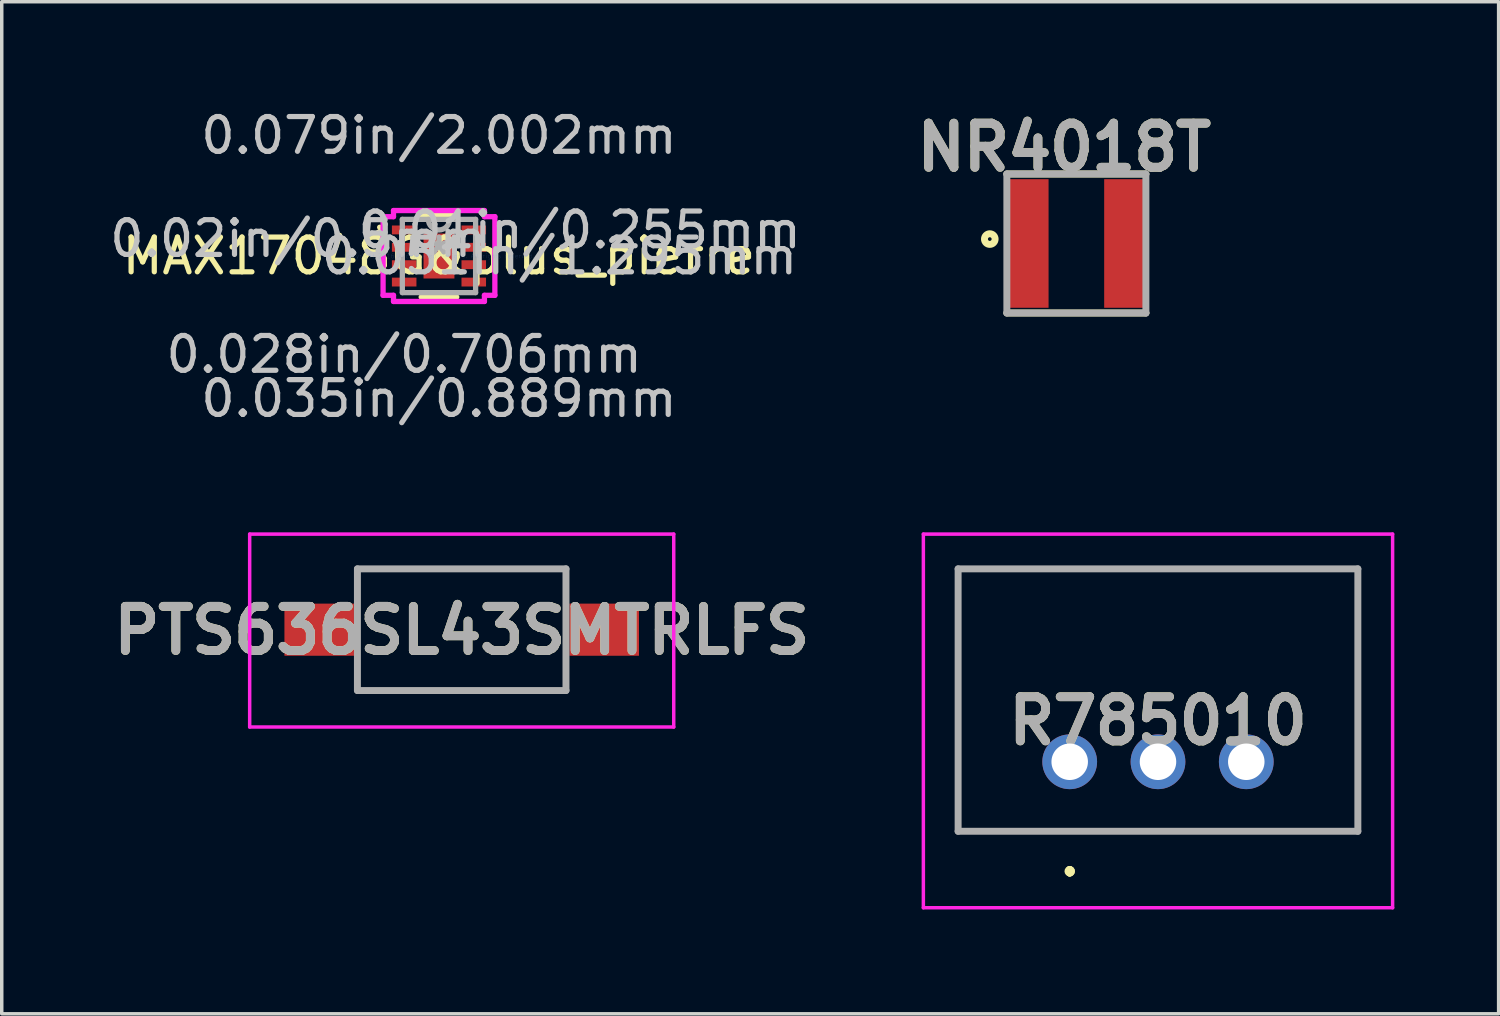
<source format=kicad_pcb>
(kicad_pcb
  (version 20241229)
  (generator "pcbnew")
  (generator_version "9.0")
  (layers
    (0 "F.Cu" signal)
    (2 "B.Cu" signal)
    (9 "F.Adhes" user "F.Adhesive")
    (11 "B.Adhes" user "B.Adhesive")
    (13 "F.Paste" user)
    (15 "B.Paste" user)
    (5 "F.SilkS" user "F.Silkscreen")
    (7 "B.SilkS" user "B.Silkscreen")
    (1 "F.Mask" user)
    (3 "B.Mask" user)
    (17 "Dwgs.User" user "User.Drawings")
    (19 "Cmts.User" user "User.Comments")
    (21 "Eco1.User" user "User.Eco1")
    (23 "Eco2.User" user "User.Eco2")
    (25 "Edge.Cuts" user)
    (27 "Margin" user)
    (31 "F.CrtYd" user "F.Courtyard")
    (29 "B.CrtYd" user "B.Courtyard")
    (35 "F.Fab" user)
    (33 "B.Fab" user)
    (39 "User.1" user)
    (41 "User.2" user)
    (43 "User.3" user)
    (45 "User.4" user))
  (footprint "R785010"
    (layer "F.Cu")
    (at 27.725 18.866)
    (property "Reference" "R785010" (at 2.54 -1.175 0) (layer "F.SilkS") (effects (font (size 1.27 1.27) (thickness 0.254))))
    (attr through_hole)
    (fp_line (start -3.21 -5.55) (end 8.29 -5.55) (stroke (width 0.1) (type solid)) (layer "F.SilkS"))
    (fp_line (start -3.21 2) (end -3.21 -5.55) (stroke (width 0.1) (type solid)) (layer "F.SilkS"))
    (fp_line (start 0 3.1) (end 0 3.1) (stroke (width 0.2) (type solid)) (layer "F.SilkS"))
    (fp_line (start 0 3.2) (end 0 3.2) (stroke (width 0.2) (type solid)) (layer "F.SilkS"))
    (fp_line (start 0 3.2) (end 0 3.2) (stroke (width 0.2) (type solid)) (layer "F.SilkS"))
    (fp_line (start 8.29 -5.55) (end 8.29 2) (stroke (width 0.1) (type solid)) (layer "F.SilkS"))
    (fp_line (start 8.29 2) (end -3.21 2) (stroke (width 0.1) (type solid)) (layer "F.SilkS"))
    (fp_arc (start 0 3.1) (mid 0.05 3.15) (end 0 3.2) (stroke (width 0.2) (type solid)) (layer "F.SilkS"))
    (fp_arc (start 0 3.1) (mid 0.05 3.15) (end 0 3.2) (stroke (width 0.2) (type solid)) (layer "F.SilkS"))
    (fp_arc (start 0 3.2) (mid -0.05 3.15) (end 0 3.1) (stroke (width 0.2) (type solid)) (layer "F.SilkS"))
    (fp_line (start -4.21 -6.55) (end 9.29 -6.55) (stroke (width 0.1) (type solid)) (layer "F.CrtYd"))
    (fp_line (start -4.21 4.2) (end -4.21 -6.55) (stroke (width 0.1) (type solid)) (layer "F.CrtYd"))
    (fp_line (start 9.29 -6.55) (end 9.29 4.2) (stroke (width 0.1) (type solid)) (layer "F.CrtYd"))
    (fp_line (start 9.29 4.2) (end -4.21 4.2) (stroke (width 0.1) (type solid)) (layer "F.CrtYd"))
    (fp_line (start -3.21 -5.55) (end -3.21 2) (stroke (width 0.2) (type solid)) (layer "F.Fab"))
    (fp_line (start -3.21 2) (end 8.29 2) (stroke (width 0.2) (type solid)) (layer "F.Fab"))
    (fp_line (start 8.29 -5.55) (end -3.21 -5.55) (stroke (width 0.2) (type solid)) (layer "F.Fab"))
    (fp_line (start 8.29 2) (end 8.29 -5.55) (stroke (width 0.2) (type solid)) (layer "F.Fab"))
    (fp_text user "${REFERENCE}" (at 2.54 -1.175 0) (layer "F.Fab") (effects (font (size 1.27 1.27) (thickness 0.254))))
    (pad "1" thru_hole circle (at 0 0) (size 1.575 1.575) (drill 1.05) (layers "*.Cu" "*.Mask"))
    (pad "2" thru_hole circle (at 2.54 0) (size 1.575 1.575) (drill 1.05) (layers "*.Cu" "*.Mask"))
    (pad "3" thru_hole circle (at 5.08 0) (size 1.575 1.575) (drill 1.05) (layers "*.Cu" "*.Mask")))
  (footprint "PTS636SL43SMTRLFS"
    (layer "F.Cu")
    (at 10.233 15.066)
    (property "Reference" "PTS636SL43SMTRLFS" (at 0 0.025 0) (layer "F.SilkS") (effects (font (size 1.27 1.27) (thickness 0.254))))
    (attr smd)
    (fp_line (start -3 -1.75) (end 3 -1.75) (stroke (width 0.1) (type solid)) (layer "F.SilkS"))
    (fp_line (start -3 1.8) (end 3 1.75) (stroke (width 0.1) (type solid)) (layer "F.SilkS"))
    (fp_line (start -6.1 -2.75) (end 6.1 -2.75) (stroke (width 0.1) (type solid)) (layer "F.CrtYd"))
    (fp_line (start -6.1 2.8) (end -6.1 -2.75) (stroke (width 0.1) (type solid)) (layer "F.CrtYd"))
    (fp_line (start 6.1 -2.75) (end 6.1 2.8) (stroke (width 0.1) (type solid)) (layer "F.CrtYd"))
    (fp_line (start 6.1 2.8) (end -6.1 2.8) (stroke (width 0.1) (type solid)) (layer "F.CrtYd"))
    (fp_line (start -3 -1.75) (end 3 -1.75) (stroke (width 0.2) (type solid)) (layer "F.Fab"))
    (fp_line (start -3 1.75) (end -3 -1.75) (stroke (width 0.2) (type solid)) (layer "F.Fab"))
    (fp_line (start 3 -1.75) (end 3 1.75) (stroke (width 0.2) (type solid)) (layer "F.Fab"))
    (fp_line (start 3 1.75) (end -3 1.75) (stroke (width 0.2) (type solid)) (layer "F.Fab"))
    (fp_text user "${REFERENCE}" (at 0 0.025 0) (layer "F.Fab") (effects (font (size 1.27 1.27) (thickness 0.254))))
    (pad "1" smd rect (at -4.1 0 90) (size 1.5 2) (layers "F.Cu" "F.Mask" "F.Paste"))
    (pad "2" smd rect (at 4.1 0 90) (size 1.5 2) (layers "F.Cu" "F.Mask" "F.Paste")))
  (footprint "NR4018T"
    (layer "F.Cu")
    (at 27.917 3.955)
    (property "Reference" "NR4018T" (at -0.35 -2.766 0) (layer "F.SilkS") (effects (font (size 1.27 1.27) (thickness 0.254))))
    (attr smd)
    (fp_line (start -2 -2) (end 2 -2) (stroke (width 0.2) (type solid)) (layer "F.SilkS"))
    (fp_line (start 2 2) (end -2 2) (stroke (width 0.2) (type solid)) (layer "F.SilkS"))
    (fp_circle (center -2.491 -0.127) (end -2.491 -0.074) (stroke (width 0.2) (type solid)) (fill no) (layer "F.SilkS"))
    (fp_line (start -2 -2) (end 2 -2) (stroke (width 0.2) (type solid)) (layer "F.Fab"))
    (fp_line (start -2 2) (end -2 -2) (stroke (width 0.2) (type solid)) (layer "F.Fab"))
    (fp_line (start 2 -2) (end 2 2) (stroke (width 0.2) (type solid)) (layer "F.Fab"))
    (fp_line (start 2 2) (end -2 2) (stroke (width 0.2) (type solid)) (layer "F.Fab"))
    (fp_text user "${REFERENCE}" (at -0.35 -2.766 0) (layer "F.Fab") (effects (font (size 1.27 1.27) (thickness 0.254))))
    (pad "1" smd rect (at -1.4 0) (size 1.2 3.7) (layers "F.Cu" "F.Mask" "F.Paste"))
    (pad "2" smd rect (at 1.4 0) (size 1.2 3.7) (layers "F.Cu" "F.Mask" "F.Paste")))
  (footprint "MAX17048G&plus_pierre"
    (layer "F.Cu")
    (at 9.579 4.315)
    (property "Reference" "MAX17048G&plus_pierre" (at 0 0 0) (layer "F.SilkS") (effects (font (size 1 1) (thickness 0.15))))
    (attr smd)
    (fp_line (start -0.512 1.181) (end 0.512 1.181) (stroke (width 0.152) (type solid)) (layer "F.SilkS"))
    (fp_line (start 0.512 -1.181) (end -0.512 -1.181) (stroke (width 0.152) (type solid)) (layer "F.SilkS"))
    (fp_arc (start -1.705699 -0.8262) (mid -1.63187 -0.73114) (end -1.742245 -0.683136) (stroke (width 0.1524) (type solid)) (layer "F.SilkS"))
    (fp_poly (pts (xy -0.08 -0.3) (xy -0.3 -0.3) (xy -0.3 -0.5) (xy -0.08 -0.5)) (stroke (width 0.1) (type solid)) (fill yes) (layer "F.Paste"))
    (fp_poly (pts (xy -0.08 0.08) (xy -0.3 0.08) (xy -0.3 -0.12) (xy -0.08 -0.12)) (stroke (width 0.1) (type solid)) (fill yes) (layer "F.Paste"))
    (fp_poly (pts (xy -0.08 0.48) (xy -0.3 0.48) (xy -0.3 0.28) (xy -0.08 0.28)) (stroke (width 0.1) (type solid)) (fill yes) (layer "F.Paste"))
    (fp_poly (pts (xy 0.32 -0.3) (xy 0.1 -0.3) (xy 0.1 -0.5) (xy 0.32 -0.5)) (stroke (width 0.1) (type solid)) (fill yes) (layer "F.Paste"))
    (fp_poly (pts (xy 0.32 0.08) (xy 0.1 0.08) (xy 0.1 -0.12) (xy 0.32 -0.12)) (stroke (width 0.1) (type solid)) (fill yes) (layer "F.Paste"))
    (fp_poly (pts (xy 0.32 0.48) (xy 0.1 0.48) (xy 0.1 0.28) (xy 0.32 0.28)) (stroke (width 0.1) (type solid)) (fill yes) (layer "F.Paste"))
    (fp_line (start -1.608 -1.131) (end -1.308 -1.131) (stroke (width 0.152) (type solid)) (layer "F.CrtYd"))
    (fp_line (start -1.608 1.131) (end -1.608 -1.131) (stroke (width 0.152) (type solid)) (layer "F.CrtYd"))
    (fp_line (start -1.308 -1.308) (end 1.308 -1.308) (stroke (width 0.152) (type solid)) (layer "F.CrtYd"))
    (fp_line (start -1.308 -1.131) (end -1.308 -1.308) (stroke (width 0.152) (type solid)) (layer "F.CrtYd"))
    (fp_line (start -1.308 1.131) (end -1.608 1.131) (stroke (width 0.152) (type solid)) (layer "F.CrtYd"))
    (fp_line (start -1.308 1.308) (end -1.308 1.131) (stroke (width 0.152) (type solid)) (layer "F.CrtYd"))
    (fp_line (start 1.308 -1.308) (end 1.308 -1.131) (stroke (width 0.152) (type solid)) (layer "F.CrtYd"))
    (fp_line (start 1.308 -1.131) (end 1.608 -1.131) (stroke (width 0.152) (type solid)) (layer "F.CrtYd"))
    (fp_line (start 1.308 1.131) (end 1.308 1.308) (stroke (width 0.152) (type solid)) (layer "F.CrtYd"))
    (fp_line (start 1.308 1.308) (end -1.308 1.308) (stroke (width 0.152) (type solid)) (layer "F.CrtYd"))
    (fp_line (start 1.608 -1.131) (end 1.608 1.131) (stroke (width 0.152) (type solid)) (layer "F.CrtYd"))
    (fp_line (start 1.608 1.131) (end 1.308 1.131) (stroke (width 0.152) (type solid)) (layer "F.CrtYd"))
    (fp_line (start -1.054 -1.054) (end -1.054 1.054) (stroke (width 0.152) (type solid)) (layer "F.Fab"))
    (fp_line (start -1.054 1.054) (end 1.054 1.054) (stroke (width 0.152) (type solid)) (layer "F.Fab"))
    (fp_line (start 1.054 -1.054) (end -1.054 -1.054) (stroke (width 0.152) (type solid)) (layer "F.Fab"))
    (fp_line (start 1.054 1.054) (end 1.054 -1.054) (stroke (width 0.152) (type solid)) (layer "F.Fab"))
    (fp_arc (start 0.3048 -1.0541) (mid 0 -0.7493) (end -0.3048 -1.0541) (stroke (width 0.1524) (type solid)) (layer "F.Fab"))
    (fp_text user "0.035in/0.889mm" (at 0 4.102 0) (layer "Dwgs.User") (effects (font (size 1 1) (thickness 0.15))))
    (fp_text user "0.079in/2.002mm" (at 0 -3.467 0) (layer "Dwgs.User") (effects (font (size 1 1) (thickness 0.15))))
    (fp_text user "0.01in/0.255mm" (at 4.049 -0.75 0) (layer "Dwgs.User") (effects (font (size 1 1) (thickness 0.15))))
    (fp_text user "0.028in/0.706mm" (at -1.001 2.832 0) (layer "Dwgs.User") (effects (font (size 1 1) (thickness 0.15))))
    (fp_text user "0.02in/0.5mm" (at -4.049 -0.5 0) (layer "Dwgs.User") (effects (font (size 1 1) (thickness 0.15))))
    (fp_text user "0.051in/1.295mm" (at 3.467 0 0) (layer "Dwgs.User") (effects (font (size 1 1) (thickness 0.15))))
    (fp_text user "Copyright 2016 Accelerated Designs. All rights reserved." (at 0 0 0) (layer "Cmts.User") (effects (font (size 0.127 0.127) (thickness 0.002))))
    (fp_text user "*" (at 0 0 0) (layer "F.Fab") (effects (font (size 1 1) (thickness 0.15))))
    (pad "1" smd rect (at -1.001 -0.75) (size 0.706 0.255) (layers "F.Cu" "F.Mask" "F.Paste"))
    (pad "2" smd rect (at -1.001 -0.25) (size 0.706 0.255) (layers "F.Cu" "F.Mask" "F.Paste"))
    (pad "3" smd rect (at -1.001 0.25) (size 0.706 0.255) (layers "F.Cu" "F.Mask" "F.Paste"))
    (pad "4" smd rect (at -1.001 0.75) (size 0.706 0.255) (layers "F.Cu" "F.Mask" "F.Paste"))
    (pad "5" smd rect (at 1.001 0.75) (size 0.706 0.255) (layers "F.Cu" "F.Mask" "F.Paste"))
    (pad "6" smd rect (at 1.001 0.25) (size 0.706 0.255) (layers "F.Cu" "F.Mask" "F.Paste"))
    (pad "7" smd rect (at 1.001 -0.25) (size 0.706 0.255) (layers "F.Cu" "F.Mask" "F.Paste"))
    (pad "8" smd rect (at 1.001 -0.75) (size 0.706 0.255) (layers "F.Cu" "F.Mask" "F.Paste"))
    (pad "9" smd rect (at 0 0) (size 0.889 1.295) (layers "F.Cu" "F.Mask")))
  (gr_rect
    (start -3 -3)
    (end 40.065 26.116)
    (stroke (width 0.1) (type default))
    (fill no)
    (layer "Edge.Cuts")))
</source>
